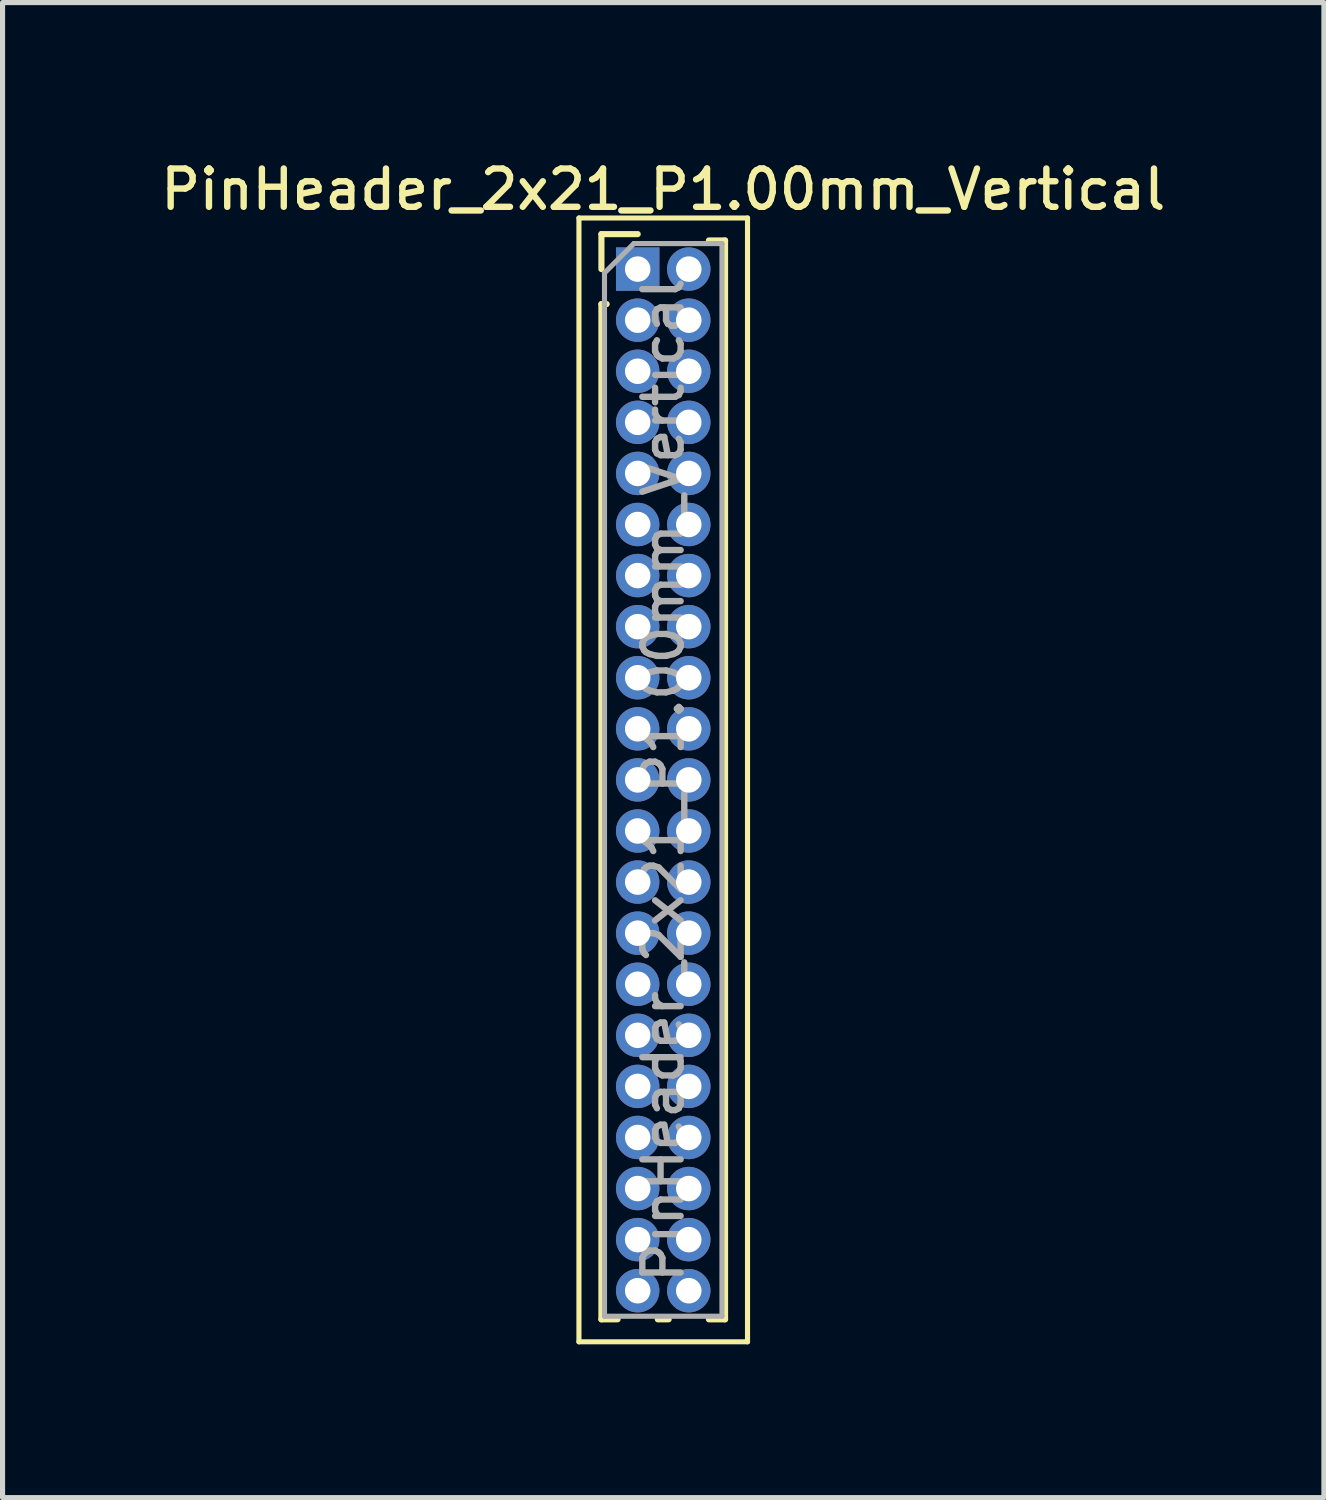
<source format=kicad_pcb>
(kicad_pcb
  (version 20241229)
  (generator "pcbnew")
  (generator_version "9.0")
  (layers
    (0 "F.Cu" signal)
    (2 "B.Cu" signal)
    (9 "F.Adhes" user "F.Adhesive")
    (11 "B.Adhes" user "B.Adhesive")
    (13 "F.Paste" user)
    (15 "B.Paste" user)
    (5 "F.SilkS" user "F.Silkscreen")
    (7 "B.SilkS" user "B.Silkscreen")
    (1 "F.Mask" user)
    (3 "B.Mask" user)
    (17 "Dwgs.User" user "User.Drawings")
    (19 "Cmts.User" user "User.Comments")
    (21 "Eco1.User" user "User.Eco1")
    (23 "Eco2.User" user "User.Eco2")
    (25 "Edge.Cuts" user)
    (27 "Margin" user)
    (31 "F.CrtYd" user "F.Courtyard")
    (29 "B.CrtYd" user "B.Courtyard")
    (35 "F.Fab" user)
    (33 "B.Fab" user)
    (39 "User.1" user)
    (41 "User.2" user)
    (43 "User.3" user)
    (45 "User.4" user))
  (footprint "PinHeader_2x21_P1.00mm_Vertical"
    (layer "F.Cu")
    (at 9.434 2.218)
    (property "Reference" "PinHeader_2x21_P1.00mm_Vertical" (at 0.5 -1.56 0) (layer "F.SilkS") (effects (font (size 0.75 0.75) (thickness 0.125))))
    (attr through_hole)
    (fp_line (start -1.15 -1) (end -1.15 21) (stroke (width 0.1) (type solid)) (layer "F.SilkS"))
    (fp_line (start -1.15 21) (end 2.15 21) (stroke (width 0.1) (type solid)) (layer "F.SilkS"))
    (fp_line (start -0.71 -0.685) (end 0 -0.685) (stroke (width 0.12) (type solid)) (layer "F.SilkS"))
    (fp_line (start -0.71 0) (end -0.71 -0.685) (stroke (width 0.12) (type solid)) (layer "F.SilkS"))
    (fp_line (start -0.71 0.685) (end -0.71 20.56) (stroke (width 0.12) (type solid)) (layer "F.SilkS"))
    (fp_line (start -0.71 0.685) (end -0.608 0.685) (stroke (width 0.12) (type solid)) (layer "F.SilkS"))
    (fp_line (start -0.71 20.56) (end -0.394 20.56) (stroke (width 0.12) (type solid)) (layer "F.SilkS"))
    (fp_line (start 0.394 20.56) (end 0.606 20.56) (stroke (width 0.12) (type solid)) (layer "F.SilkS"))
    (fp_line (start 1.394 -0.56) (end 1.71 -0.56) (stroke (width 0.12) (type solid)) (layer "F.SilkS"))
    (fp_line (start 1.394 20.56) (end 1.71 20.56) (stroke (width 0.12) (type solid)) (layer "F.SilkS"))
    (fp_line (start 1.71 -0.56) (end 1.71 20.56) (stroke (width 0.12) (type solid)) (layer "F.SilkS"))
    (fp_line (start 2.15 -1) (end -1.15 -1) (stroke (width 0.1) (type solid)) (layer "F.SilkS"))
    (fp_line (start 2.15 21) (end 2.15 -1) (stroke (width 0.1) (type solid)) (layer "F.SilkS"))
    (fp_line (start -0.65 0.075) (end -0.075 -0.5) (stroke (width 0.1) (type solid)) (layer "F.Fab"))
    (fp_line (start -0.65 20.5) (end -0.65 0.075) (stroke (width 0.1) (type solid)) (layer "F.Fab"))
    (fp_line (start -0.075 -0.5) (end 1.65 -0.5) (stroke (width 0.1) (type solid)) (layer "F.Fab"))
    (fp_line (start 1.65 -0.5) (end 1.65 20.5) (stroke (width 0.1) (type solid)) (layer "F.Fab"))
    (fp_line (start 1.65 20.5) (end -0.65 20.5) (stroke (width 0.1) (type solid)) (layer "F.Fab"))
    (fp_text user "${REFERENCE}" (at 0.5 10 90) (layer "F.Fab") (effects (font (size 0.75 0.75) (thickness 0.125))))
    (pad "1" thru_hole rect (at 0 0) (size 0.85 0.85) (drill 0.5) (layers "*.Cu" "*.Mask"))
    (pad "2" thru_hole oval (at 1 0) (size 0.85 0.85) (drill 0.5) (layers "*.Cu" "*.Mask"))
    (pad "3" thru_hole oval (at 0 1) (size 0.85 0.85) (drill 0.5) (layers "*.Cu" "*.Mask"))
    (pad "4" thru_hole oval (at 1 1) (size 0.85 0.85) (drill 0.5) (layers "*.Cu" "*.Mask"))
    (pad "5" thru_hole oval (at 0 2) (size 0.85 0.85) (drill 0.5) (layers "*.Cu" "*.Mask"))
    (pad "6" thru_hole oval (at 1 2) (size 0.85 0.85) (drill 0.5) (layers "*.Cu" "*.Mask"))
    (pad "7" thru_hole oval (at 0 3) (size 0.85 0.85) (drill 0.5) (layers "*.Cu" "*.Mask"))
    (pad "8" thru_hole oval (at 1 3) (size 0.85 0.85) (drill 0.5) (layers "*.Cu" "*.Mask"))
    (pad "9" thru_hole oval (at 0 4) (size 0.85 0.85) (drill 0.5) (layers "*.Cu" "*.Mask"))
    (pad "10" thru_hole oval (at 1 4) (size 0.85 0.85) (drill 0.5) (layers "*.Cu" "*.Mask"))
    (pad "11" thru_hole oval (at 0 5) (size 0.85 0.85) (drill 0.5) (layers "*.Cu" "*.Mask"))
    (pad "12" thru_hole oval (at 1 5) (size 0.85 0.85) (drill 0.5) (layers "*.Cu" "*.Mask"))
    (pad "13" thru_hole oval (at 0 6) (size 0.85 0.85) (drill 0.5) (layers "*.Cu" "*.Mask"))
    (pad "14" thru_hole oval (at 1 6) (size 0.85 0.85) (drill 0.5) (layers "*.Cu" "*.Mask"))
    (pad "15" thru_hole oval (at 0 7) (size 0.85 0.85) (drill 0.5) (layers "*.Cu" "*.Mask"))
    (pad "16" thru_hole oval (at 1 7) (size 0.85 0.85) (drill 0.5) (layers "*.Cu" "*.Mask"))
    (pad "17" thru_hole oval (at 0 8) (size 0.85 0.85) (drill 0.5) (layers "*.Cu" "*.Mask"))
    (pad "18" thru_hole oval (at 1 8) (size 0.85 0.85) (drill 0.5) (layers "*.Cu" "*.Mask"))
    (pad "19" thru_hole oval (at 0 9) (size 0.85 0.85) (drill 0.5) (layers "*.Cu" "*.Mask"))
    (pad "20" thru_hole oval (at 1 9) (size 0.85 0.85) (drill 0.5) (layers "*.Cu" "*.Mask"))
    (pad "21" thru_hole oval (at 0 10) (size 0.85 0.85) (drill 0.5) (layers "*.Cu" "*.Mask"))
    (pad "22" thru_hole oval (at 1 10) (size 0.85 0.85) (drill 0.5) (layers "*.Cu" "*.Mask"))
    (pad "23" thru_hole oval (at 0 11) (size 0.85 0.85) (drill 0.5) (layers "*.Cu" "*.Mask"))
    (pad "24" thru_hole oval (at 1 11) (size 0.85 0.85) (drill 0.5) (layers "*.Cu" "*.Mask"))
    (pad "25" thru_hole oval (at 0 12) (size 0.85 0.85) (drill 0.5) (layers "*.Cu" "*.Mask"))
    (pad "26" thru_hole oval (at 1 12) (size 0.85 0.85) (drill 0.5) (layers "*.Cu" "*.Mask"))
    (pad "27" thru_hole oval (at 0 13) (size 0.85 0.85) (drill 0.5) (layers "*.Cu" "*.Mask"))
    (pad "28" thru_hole oval (at 1 13) (size 0.85 0.85) (drill 0.5) (layers "*.Cu" "*.Mask"))
    (pad "29" thru_hole oval (at 0 14) (size 0.85 0.85) (drill 0.5) (layers "*.Cu" "*.Mask"))
    (pad "30" thru_hole oval (at 1 14) (size 0.85 0.85) (drill 0.5) (layers "*.Cu" "*.Mask"))
    (pad "31" thru_hole oval (at 0 15) (size 0.85 0.85) (drill 0.5) (layers "*.Cu" "*.Mask"))
    (pad "32" thru_hole oval (at 1 15) (size 0.85 0.85) (drill 0.5) (layers "*.Cu" "*.Mask"))
    (pad "33" thru_hole oval (at 0 16) (size 0.85 0.85) (drill 0.5) (layers "*.Cu" "*.Mask"))
    (pad "34" thru_hole oval (at 1 16) (size 0.85 0.85) (drill 0.5) (layers "*.Cu" "*.Mask"))
    (pad "35" thru_hole oval (at 0 17) (size 0.85 0.85) (drill 0.5) (layers "*.Cu" "*.Mask"))
    (pad "36" thru_hole oval (at 1 17) (size 0.85 0.85) (drill 0.5) (layers "*.Cu" "*.Mask"))
    (pad "37" thru_hole oval (at 0 18) (size 0.85 0.85) (drill 0.5) (layers "*.Cu" "*.Mask"))
    (pad "38" thru_hole oval (at 1 18) (size 0.85 0.85) (drill 0.5) (layers "*.Cu" "*.Mask"))
    (pad "39" thru_hole oval (at 0 19) (size 0.85 0.85) (drill 0.5) (layers "*.Cu" "*.Mask"))
    (pad "40" thru_hole oval (at 1 19) (size 0.85 0.85) (drill 0.5) (layers "*.Cu" "*.Mask"))
    (pad "41" thru_hole oval (at 0 20) (size 0.85 0.85) (drill 0.5) (layers "*.Cu" "*.Mask"))
    (pad "42" thru_hole oval (at 1 20) (size 0.85 0.85) (drill 0.5) (layers "*.Cu" "*.Mask")))
  (gr_rect
    (start -3 -3)
    (end 22.868 26.268)
    (stroke (width 0.1) (type default))
    (fill no)
    (layer "Edge.Cuts")))
</source>
